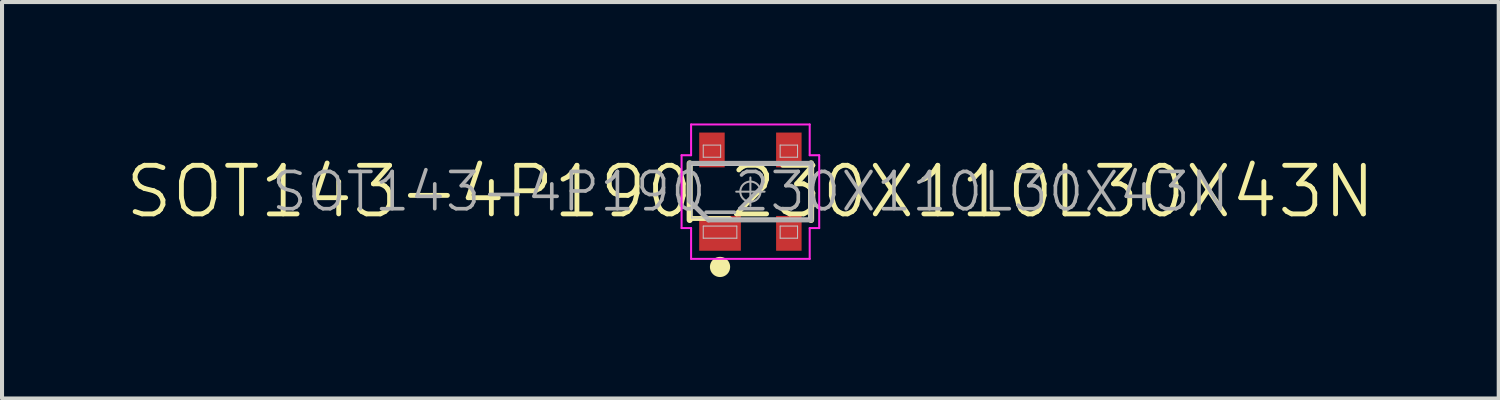
<source format=kicad_pcb>
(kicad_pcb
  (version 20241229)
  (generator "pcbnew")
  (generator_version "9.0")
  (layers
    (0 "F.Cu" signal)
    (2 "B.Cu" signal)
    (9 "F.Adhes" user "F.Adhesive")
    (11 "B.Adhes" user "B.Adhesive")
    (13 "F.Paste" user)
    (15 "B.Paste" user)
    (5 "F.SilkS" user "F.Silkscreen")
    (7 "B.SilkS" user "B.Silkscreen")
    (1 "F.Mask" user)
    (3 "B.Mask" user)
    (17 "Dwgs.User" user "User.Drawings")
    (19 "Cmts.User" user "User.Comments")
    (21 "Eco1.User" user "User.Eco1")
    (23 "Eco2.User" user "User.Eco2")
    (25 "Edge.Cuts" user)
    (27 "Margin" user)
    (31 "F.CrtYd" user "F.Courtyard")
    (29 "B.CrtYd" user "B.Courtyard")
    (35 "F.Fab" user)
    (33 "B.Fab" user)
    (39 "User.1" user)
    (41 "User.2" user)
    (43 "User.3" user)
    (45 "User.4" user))
  (footprint "SOT143-4P190_230X110L30X43N"
    (layer "F.Cu")
    (at 15.489 1.685)
    (property "Reference" "SOT143-4P190_230X110L30X43N" (at 0 0 0) (layer "F.SilkS") (effects (font (size 1.2 1.2) (thickness 0.12))))
    (attr smd)
    (fp_line (start -1.5 0.7) (end -1.5 -0.7) (stroke (width 0.15) (type solid)) (layer "F.SilkS"))
    (fp_line (start 1.5 0.7) (end 1.5 -0.7) (stroke (width 0.15) (type solid)) (layer "F.SilkS"))
    (fp_circle (center -0.75 1.86) (end -0.75 1.985) (stroke (width 0.25) (type solid)) (fill no) (layer "F.SilkS"))
    (fp_line (start -1.45 -0.65) (end 1.45 -0.65) (stroke (width 0.025) (type solid)) (layer "Dwgs.User"))
    (fp_line (start -1.45 0.65) (end -1.45 -0.65) (stroke (width 0.025) (type solid)) (layer "Dwgs.User"))
    (fp_line (start -1.165 -1.15) (end -0.735 -1.15) (stroke (width 0.025) (type solid)) (layer "Dwgs.User"))
    (fp_line (start -1.165 -0.85) (end -1.165 -1.15) (stroke (width 0.025) (type solid)) (layer "Dwgs.User"))
    (fp_line (start -1.165 0.85) (end -0.335 0.85) (stroke (width 0.025) (type solid)) (layer "Dwgs.User"))
    (fp_line (start -1.165 1.15) (end -1.165 0.85) (stroke (width 0.025) (type solid)) (layer "Dwgs.User"))
    (fp_line (start -0.735 -1.15) (end -0.735 -0.85) (stroke (width 0.025) (type solid)) (layer "Dwgs.User"))
    (fp_line (start -0.735 -0.85) (end -1.165 -0.85) (stroke (width 0.025) (type solid)) (layer "Dwgs.User"))
    (fp_line (start -0.335 0.85) (end -0.335 1.15) (stroke (width 0.025) (type solid)) (layer "Dwgs.User"))
    (fp_line (start -0.335 1.15) (end -1.165 1.15) (stroke (width 0.025) (type solid)) (layer "Dwgs.User"))
    (fp_line (start 0.735 -1.15) (end 1.165 -1.15) (stroke (width 0.025) (type solid)) (layer "Dwgs.User"))
    (fp_line (start 0.735 -0.85) (end 0.735 -1.15) (stroke (width 0.025) (type solid)) (layer "Dwgs.User"))
    (fp_line (start 0.735 0.85) (end 1.165 0.85) (stroke (width 0.025) (type solid)) (layer "Dwgs.User"))
    (fp_line (start 0.735 1.15) (end 0.735 0.85) (stroke (width 0.025) (type solid)) (layer "Dwgs.User"))
    (fp_line (start 1.165 -1.15) (end 1.165 -0.85) (stroke (width 0.025) (type solid)) (layer "Dwgs.User"))
    (fp_line (start 1.165 -0.85) (end 0.735 -0.85) (stroke (width 0.025) (type solid)) (layer "Dwgs.User"))
    (fp_line (start 1.165 0.85) (end 1.165 1.15) (stroke (width 0.025) (type solid)) (layer "Dwgs.User"))
    (fp_line (start 1.165 1.15) (end 0.735 1.15) (stroke (width 0.025) (type solid)) (layer "Dwgs.User"))
    (fp_line (start 1.45 -0.65) (end 1.45 0.65) (stroke (width 0.025) (type solid)) (layer "Dwgs.User"))
    (fp_line (start 1.45 0.65) (end -1.45 0.65) (stroke (width 0.025) (type solid)) (layer "Dwgs.User"))
    (fp_line (start -1.7 -0.9) (end -1.7 0.9) (stroke (width 0.05) (type solid)) (layer "F.CrtYd"))
    (fp_line (start -1.7 0.9) (end -1.465 0.9) (stroke (width 0.05) (type solid)) (layer "F.CrtYd"))
    (fp_line (start -1.465 -1.66) (end -1.465 -0.9) (stroke (width 0.05) (type solid)) (layer "F.CrtYd"))
    (fp_line (start -1.465 -0.9) (end -1.7 -0.9) (stroke (width 0.05) (type solid)) (layer "F.CrtYd"))
    (fp_line (start -1.465 0.9) (end -1.465 1.66) (stroke (width 0.05) (type solid)) (layer "F.CrtYd"))
    (fp_line (start -1.465 1.66) (end 1.465 1.66) (stroke (width 0.05) (type solid)) (layer "F.CrtYd"))
    (fp_line (start 1.465 -1.66) (end -1.465 -1.66) (stroke (width 0.05) (type solid)) (layer "F.CrtYd"))
    (fp_line (start 1.465 -0.9) (end 1.465 -1.66) (stroke (width 0.05) (type solid)) (layer "F.CrtYd"))
    (fp_line (start 1.465 0.9) (end 1.7 0.9) (stroke (width 0.05) (type solid)) (layer "F.CrtYd"))
    (fp_line (start 1.465 1.66) (end 1.465 0.9) (stroke (width 0.05) (type solid)) (layer "F.CrtYd"))
    (fp_line (start 1.7 -0.9) (end 1.465 -0.9) (stroke (width 0.05) (type solid)) (layer "F.CrtYd"))
    (fp_line (start 1.7 0.9) (end 1.7 -0.9) (stroke (width 0.05) (type solid)) (layer "F.CrtYd"))
    (fp_line (start -1.5 -0.7) (end 1.5 -0.7) (stroke (width 0.12) (type solid)) (layer "F.Fab"))
    (fp_line (start -1.5 0.233) (end -1.5 -0.7) (stroke (width 0.12) (type solid)) (layer "F.Fab"))
    (fp_line (start -1.033 0.7) (end -1.5 0.233) (stroke (width 0.12) (type solid)) (layer "F.Fab"))
    (fp_line (start -0.35 0) (end 0.35 0) (stroke (width 0.05) (type solid)) (layer "F.Fab"))
    (fp_line (start 0 -0.35) (end 0 0.35) (stroke (width 0.05) (type solid)) (layer "F.Fab"))
    (fp_line (start 1.5 -0.7) (end 1.5 0.7) (stroke (width 0.12) (type solid)) (layer "F.Fab"))
    (fp_line (start 1.5 0.7) (end -1.033 0.7) (stroke (width 0.12) (type solid)) (layer "F.Fab"))
    (fp_circle (center 0 0) (end 0.25 0) (stroke (width 0.05) (type solid)) (fill no) (layer "F.Fab"))
    (fp_text user "${REFERENCE}" (at 0 0 0) (layer "F.Fab") (effects (font (size 0.92 0.92) (thickness 0.09))))
    (pad "1" smd rect (at -0.75 1.03 90) (size 0.86 1.03) (layers "F.Cu" "F.Mask" "F.Paste"))
    (pad "2" smd rect (at 0.95 1.03 90) (size 0.86 0.63) (layers "F.Cu" "F.Mask" "F.Paste"))
    (pad "3" smd rect (at 0.95 -1.03 90) (size 0.86 0.63) (layers "F.Cu" "F.Mask" "F.Paste"))
    (pad "4" smd rect (at -0.95 -1.03 90) (size 0.86 0.63) (layers "F.Cu" "F.Mask" "F.Paste")))
  (gr_rect
    (start -3 -3)
    (end 33.977 6.795)
    (stroke (width 0.1) (type default))
    (fill no)
    (layer "Edge.Cuts")))
</source>
